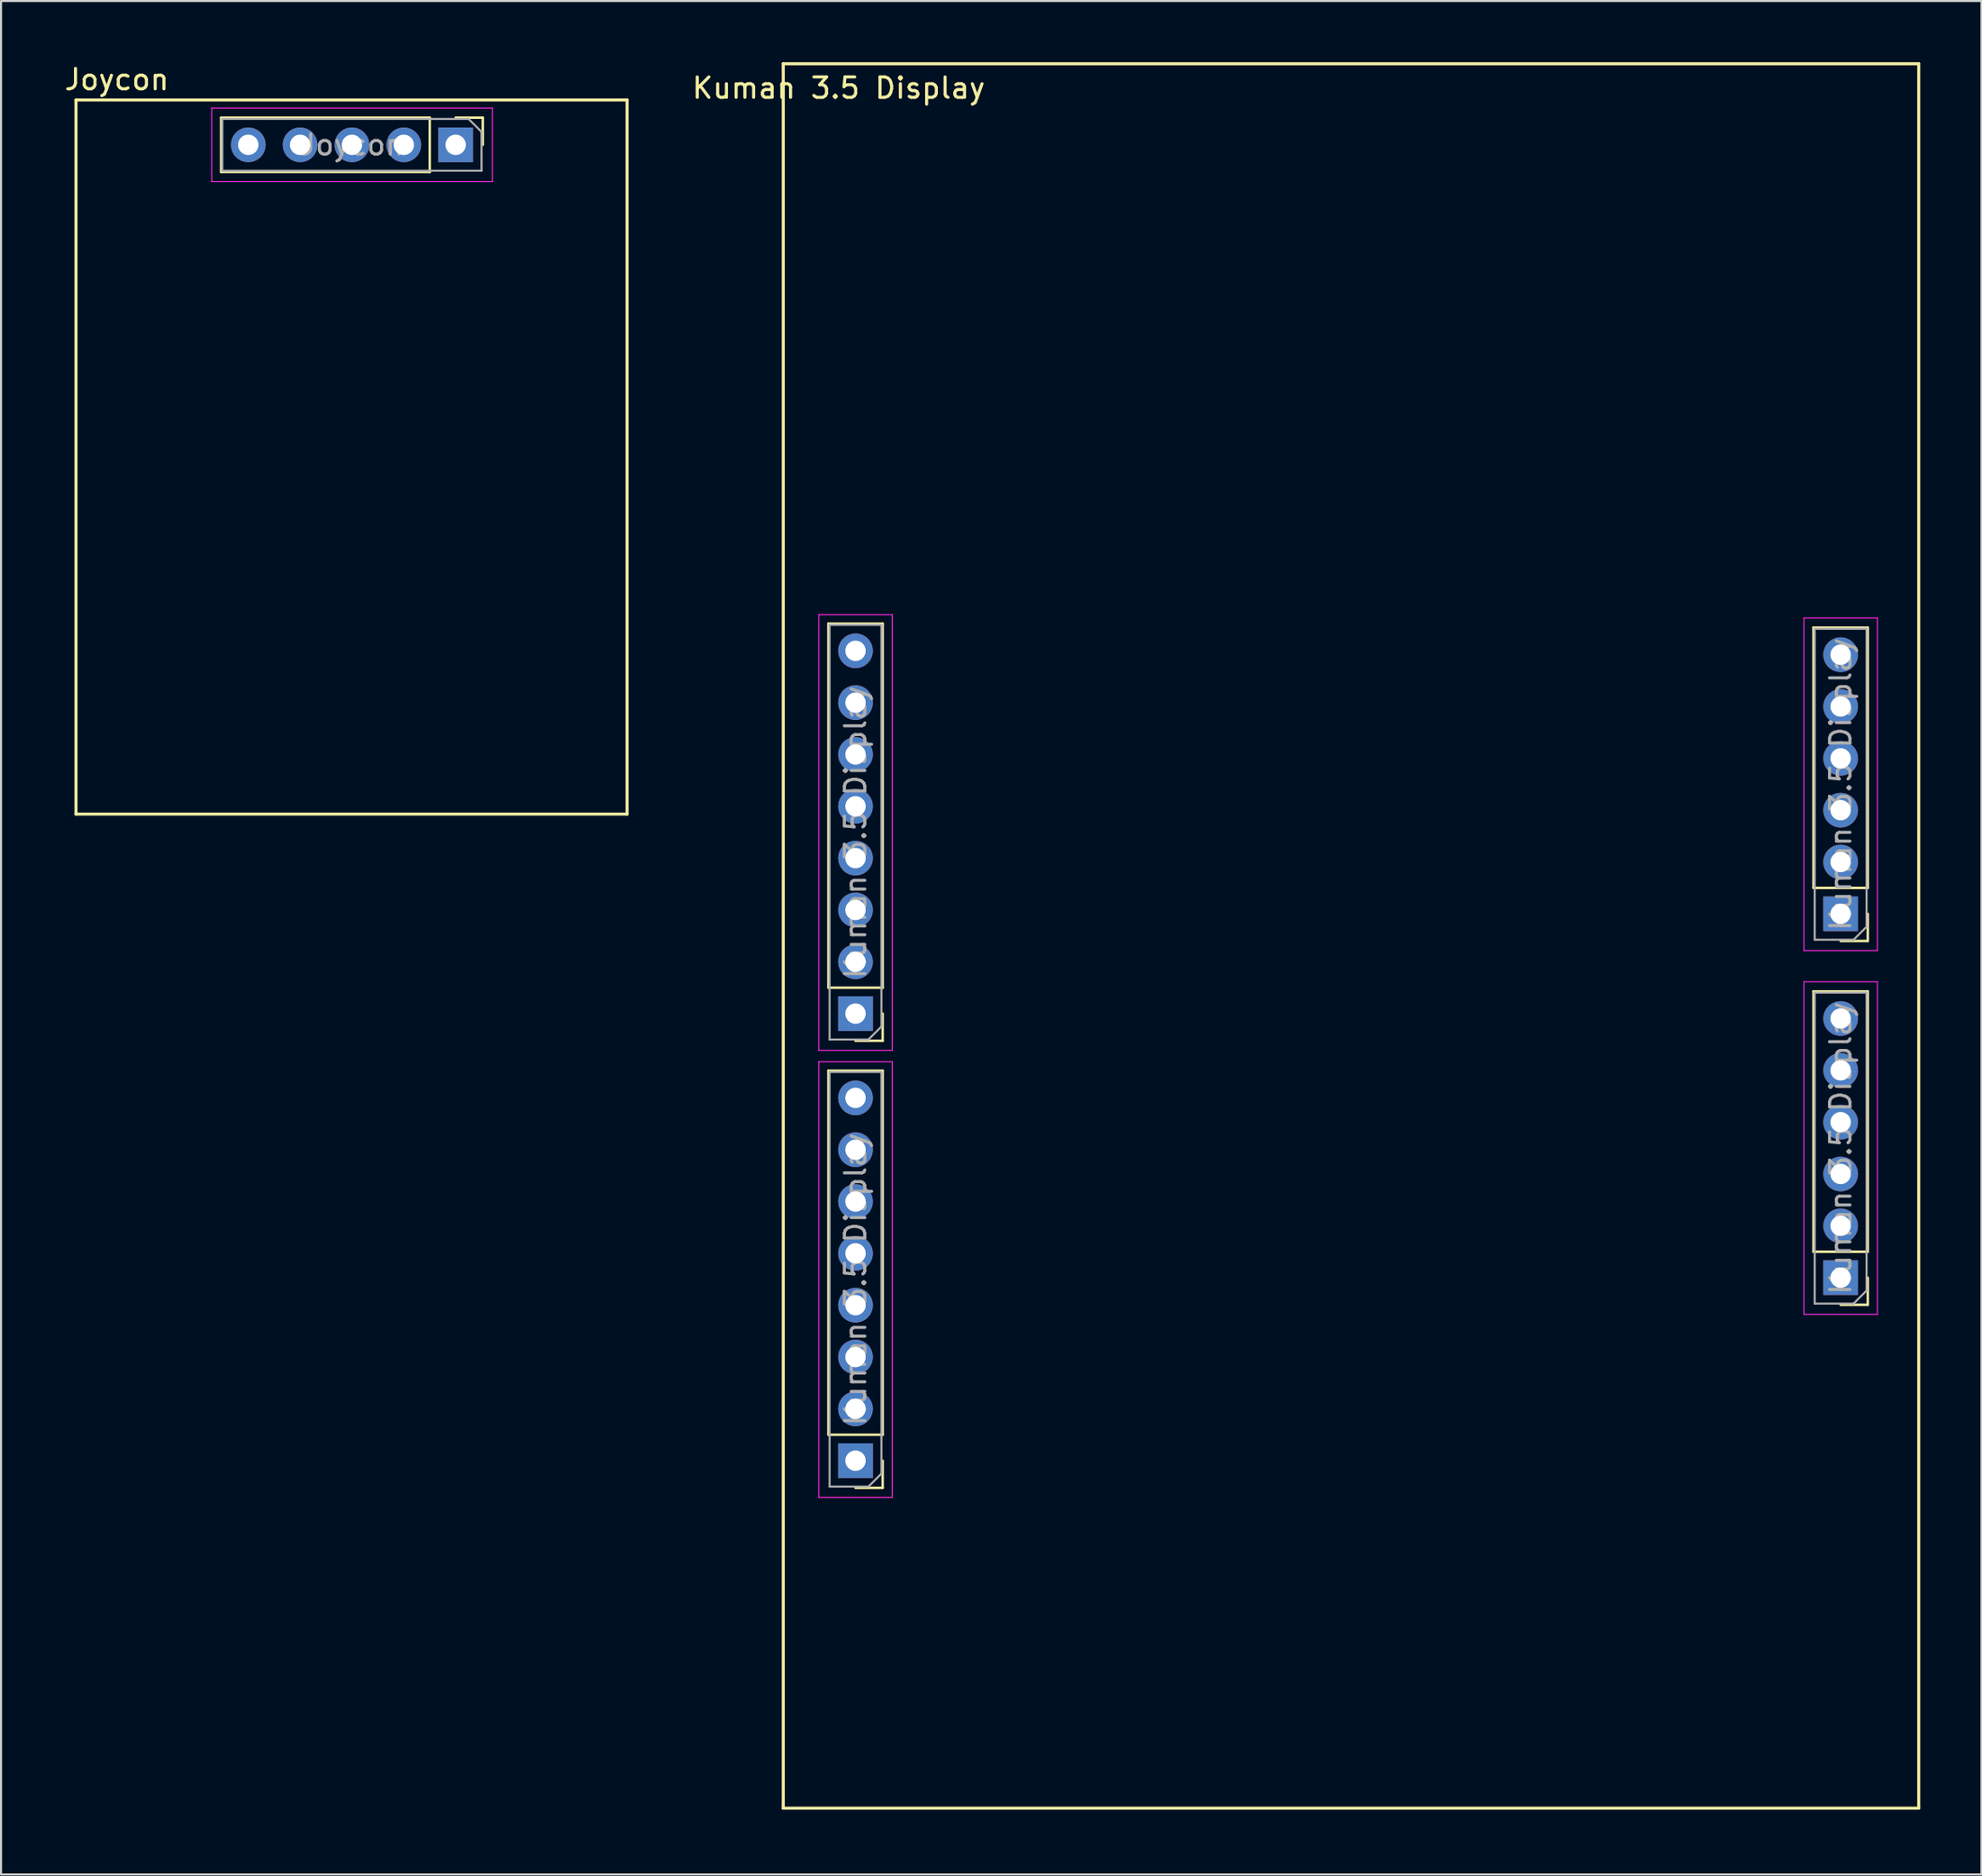
<source format=kicad_pcb>
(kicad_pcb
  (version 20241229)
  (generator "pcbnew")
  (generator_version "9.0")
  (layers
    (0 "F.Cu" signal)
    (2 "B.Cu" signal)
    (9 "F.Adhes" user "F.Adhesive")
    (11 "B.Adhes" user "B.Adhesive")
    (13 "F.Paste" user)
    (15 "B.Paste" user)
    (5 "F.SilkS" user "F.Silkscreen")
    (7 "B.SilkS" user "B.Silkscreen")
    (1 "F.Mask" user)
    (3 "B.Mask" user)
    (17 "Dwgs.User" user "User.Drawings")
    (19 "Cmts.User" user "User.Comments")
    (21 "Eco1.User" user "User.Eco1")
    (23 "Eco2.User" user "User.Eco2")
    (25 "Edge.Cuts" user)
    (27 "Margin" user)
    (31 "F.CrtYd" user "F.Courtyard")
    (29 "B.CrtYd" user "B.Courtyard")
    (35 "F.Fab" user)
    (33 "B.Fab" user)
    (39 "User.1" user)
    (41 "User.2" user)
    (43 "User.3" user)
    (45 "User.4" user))
  (footprint "Joycon"
    (layer "F.Cu")
    (at 14.173 4.048)
    (property "Reference" "Joycon" (at -11.5 -3.2 0) (layer "F.SilkS") (effects (font (size 1 1) (thickness 0.15))))
    (attr through_hole)
    (fp_line (start -13.5 -2.2) (end 13.5 -2.2) (stroke (width 0.15) (type solid)) (layer "F.SilkS"))
    (fp_line (start -13.5 32.8) (end -13.5 -2.2) (stroke (width 0.15) (type solid)) (layer "F.SilkS"))
    (fp_line (start -6.39 -1.33) (end -6.39 1.33) (stroke (width 0.12) (type solid)) (layer "F.SilkS"))
    (fp_line (start 3.83 -1.33) (end -6.39 -1.33) (stroke (width 0.12) (type solid)) (layer "F.SilkS"))
    (fp_line (start 3.83 -1.33) (end 3.83 1.33) (stroke (width 0.12) (type solid)) (layer "F.SilkS"))
    (fp_line (start 3.83 1.33) (end -6.39 1.33) (stroke (width 0.12) (type solid)) (layer "F.SilkS"))
    (fp_line (start 5.1 -1.33) (end 6.43 -1.33) (stroke (width 0.12) (type solid)) (layer "F.SilkS"))
    (fp_line (start 6.43 -1.33) (end 6.43 0) (stroke (width 0.12) (type solid)) (layer "F.SilkS"))
    (fp_line (start 13.5 -2.2) (end 13.5 32.8) (stroke (width 0.15) (type solid)) (layer "F.SilkS"))
    (fp_line (start 13.5 32.8) (end -13.5 32.8) (stroke (width 0.15) (type solid)) (layer "F.SilkS"))
    (fp_line (start -6.85 -1.8) (end -6.85 1.8) (stroke (width 0.05) (type solid)) (layer "F.CrtYd"))
    (fp_line (start -6.85 1.8) (end 6.9 1.8) (stroke (width 0.05) (type solid)) (layer "F.CrtYd"))
    (fp_line (start 6.9 -1.8) (end -6.85 -1.8) (stroke (width 0.05) (type solid)) (layer "F.CrtYd"))
    (fp_line (start 6.9 1.8) (end 6.9 -1.8) (stroke (width 0.05) (type solid)) (layer "F.CrtYd"))
    (fp_line (start -6.33 -1.27) (end 5.735 -1.27) (stroke (width 0.1) (type solid)) (layer "F.Fab"))
    (fp_line (start -6.33 1.27) (end -6.33 -1.27) (stroke (width 0.1) (type solid)) (layer "F.Fab"))
    (fp_line (start 5.735 -1.27) (end 6.37 -0.635) (stroke (width 0.1) (type solid)) (layer "F.Fab"))
    (fp_line (start 6.37 -0.635) (end 6.37 1.27) (stroke (width 0.1) (type solid)) (layer "F.Fab"))
    (fp_line (start 6.37 1.27) (end -6.33 1.27) (stroke (width 0.1) (type solid)) (layer "F.Fab"))
    (fp_text user "${REFERENCE}" (at 0.02 0 0) (layer "F.Fab") (effects (font (size 1 1) (thickness 0.15))))
    (pad "1" thru_hole rect (at 5.1 0 270) (size 1.7 1.7) (drill 1) (layers "*.Cu" "*.Mask"))
    (pad "2" thru_hole oval (at 2.56 0 270) (size 1.7 1.7) (drill 1) (layers "*.Cu" "*.Mask"))
    (pad "3" thru_hole oval (at 0.02 0 270) (size 1.7 1.7) (drill 1) (layers "*.Cu" "*.Mask"))
    (pad "4" thru_hole oval (at -2.52 0 270) (size 1.7 1.7) (drill 1) (layers "*.Cu" "*.Mask"))
    (pad "5" thru_hole oval (at -5.06 0 270) (size 1.7 1.7) (drill 1) (layers "*.Cu" "*.Mask")))
  (footprint "Kuman 3.5 Display"
    (layer "F.Cu")
    (at 63.139 85.565)
    (property "Reference" "Kuman 3.5 Display" (at -25.1 -84.3 0) (layer "F.SilkS") (effects (font (size 1 1) (thickness 0.15))))
    (attr through_hole)
    (fp_line (start -27.815 -85.49) (end -27.815 0) (stroke (width 0.15) (type solid)) (layer "F.SilkS"))
    (fp_line (start -25.605 -40.21) (end -25.605 -58.05) (stroke (width 0.12) (type solid)) (layer "F.SilkS"))
    (fp_line (start -25.605 -18.3) (end -25.605 -36.14) (stroke (width 0.12) (type solid)) (layer "F.SilkS"))
    (fp_line (start -22.945 -58.05) (end -25.605 -58.05) (stroke (width 0.12) (type solid)) (layer "F.SilkS"))
    (fp_line (start -22.945 -40.21) (end -25.605 -40.21) (stroke (width 0.12) (type solid)) (layer "F.SilkS"))
    (fp_line (start -22.945 -40.21) (end -22.945 -58.05) (stroke (width 0.12) (type solid)) (layer "F.SilkS"))
    (fp_line (start -22.945 -38.94) (end -22.945 -37.61) (stroke (width 0.12) (type solid)) (layer "F.SilkS"))
    (fp_line (start -22.945 -37.61) (end -24.275 -37.61) (stroke (width 0.12) (type solid)) (layer "F.SilkS"))
    (fp_line (start -22.945 -36.14) (end -25.605 -36.14) (stroke (width 0.12) (type solid)) (layer "F.SilkS"))
    (fp_line (start -22.945 -18.3) (end -25.605 -18.3) (stroke (width 0.12) (type solid)) (layer "F.SilkS"))
    (fp_line (start -22.945 -18.3) (end -22.945 -36.14) (stroke (width 0.12) (type solid)) (layer "F.SilkS"))
    (fp_line (start -22.945 -17.03) (end -22.945 -15.7) (stroke (width 0.12) (type solid)) (layer "F.SilkS"))
    (fp_line (start -22.945 -15.7) (end -24.275 -15.7) (stroke (width 0.12) (type solid)) (layer "F.SilkS"))
    (fp_line (start 22.66 -45.1) (end 22.66 -57.86) (stroke (width 0.12) (type solid)) (layer "F.SilkS"))
    (fp_line (start 22.66 -27.27) (end 22.66 -40.03) (stroke (width 0.12) (type solid)) (layer "F.SilkS"))
    (fp_line (start 25.32 -57.86) (end 22.66 -57.86) (stroke (width 0.12) (type solid)) (layer "F.SilkS"))
    (fp_line (start 25.32 -45.1) (end 22.66 -45.1) (stroke (width 0.12) (type solid)) (layer "F.SilkS"))
    (fp_line (start 25.32 -45.1) (end 25.32 -57.86) (stroke (width 0.12) (type solid)) (layer "F.SilkS"))
    (fp_line (start 25.32 -43.83) (end 25.32 -42.5) (stroke (width 0.12) (type solid)) (layer "F.SilkS"))
    (fp_line (start 25.32 -42.5) (end 23.99 -42.5) (stroke (width 0.12) (type solid)) (layer "F.SilkS"))
    (fp_line (start 25.32 -40.03) (end 22.66 -40.03) (stroke (width 0.12) (type solid)) (layer "F.SilkS"))
    (fp_line (start 25.32 -27.27) (end 22.66 -27.27) (stroke (width 0.12) (type solid)) (layer "F.SilkS"))
    (fp_line (start 25.32 -27.27) (end 25.32 -40.03) (stroke (width 0.12) (type solid)) (layer "F.SilkS"))
    (fp_line (start 25.32 -26) (end 25.32 -24.67) (stroke (width 0.12) (type solid)) (layer "F.SilkS"))
    (fp_line (start 25.32 -24.67) (end 23.99 -24.67) (stroke (width 0.12) (type solid)) (layer "F.SilkS"))
    (fp_line (start 27.815 -85.49) (end -27.815 -85.49) (stroke (width 0.15) (type solid)) (layer "F.SilkS"))
    (fp_line (start 27.815 0) (end -27.815 0) (stroke (width 0.15) (type solid)) (layer "F.SilkS"))
    (fp_line (start 27.815 0) (end 27.815 -85.49) (stroke (width 0.15) (type solid)) (layer "F.SilkS"))
    (fp_line (start -26.075 -58.49) (end -26.075 -37.14) (stroke (width 0.05) (type solid)) (layer "F.CrtYd"))
    (fp_line (start -26.075 -37.14) (end -22.475 -37.14) (stroke (width 0.05) (type solid)) (layer "F.CrtYd"))
    (fp_line (start -26.075 -36.58) (end -26.075 -15.23) (stroke (width 0.05) (type solid)) (layer "F.CrtYd"))
    (fp_line (start -26.075 -15.23) (end -22.475 -15.23) (stroke (width 0.05) (type solid)) (layer "F.CrtYd"))
    (fp_line (start -22.475 -58.49) (end -26.075 -58.49) (stroke (width 0.05) (type solid)) (layer "F.CrtYd"))
    (fp_line (start -22.475 -37.14) (end -22.475 -58.49) (stroke (width 0.05) (type solid)) (layer "F.CrtYd"))
    (fp_line (start -22.475 -36.58) (end -26.075 -36.58) (stroke (width 0.05) (type solid)) (layer "F.CrtYd"))
    (fp_line (start -22.475 -15.23) (end -22.475 -36.58) (stroke (width 0.05) (type solid)) (layer "F.CrtYd"))
    (fp_line (start 22.19 -58.33) (end 22.19 -42.03) (stroke (width 0.05) (type solid)) (layer "F.CrtYd"))
    (fp_line (start 22.19 -42.03) (end 25.79 -42.03) (stroke (width 0.05) (type solid)) (layer "F.CrtYd"))
    (fp_line (start 22.19 -40.5) (end 22.19 -24.2) (stroke (width 0.05) (type solid)) (layer "F.CrtYd"))
    (fp_line (start 22.19 -24.2) (end 25.79 -24.2) (stroke (width 0.05) (type solid)) (layer "F.CrtYd"))
    (fp_line (start 25.79 -58.33) (end 22.19 -58.33) (stroke (width 0.05) (type solid)) (layer "F.CrtYd"))
    (fp_line (start 25.79 -42.03) (end 25.79 -58.33) (stroke (width 0.05) (type solid)) (layer "F.CrtYd"))
    (fp_line (start 25.79 -40.5) (end 22.19 -40.5) (stroke (width 0.05) (type solid)) (layer "F.CrtYd"))
    (fp_line (start 25.79 -24.2) (end 25.79 -40.5) (stroke (width 0.05) (type solid)) (layer "F.CrtYd"))
    (fp_line (start -25.545 -57.99) (end -23.005 -57.99) (stroke (width 0.1) (type solid)) (layer "F.Fab"))
    (fp_line (start -25.545 -37.67) (end -25.545 -57.99) (stroke (width 0.1) (type solid)) (layer "F.Fab"))
    (fp_line (start -25.545 -36.08) (end -23.005 -36.08) (stroke (width 0.1) (type solid)) (layer "F.Fab"))
    (fp_line (start -25.545 -15.76) (end -25.545 -36.08) (stroke (width 0.1) (type solid)) (layer "F.Fab"))
    (fp_line (start -23.64 -37.67) (end -25.545 -37.67) (stroke (width 0.1) (type solid)) (layer "F.Fab"))
    (fp_line (start -23.64 -15.76) (end -25.545 -15.76) (stroke (width 0.1) (type solid)) (layer "F.Fab"))
    (fp_line (start -23.005 -57.99) (end -23.005 -38.305) (stroke (width 0.1) (type solid)) (layer "F.Fab"))
    (fp_line (start -23.005 -38.305) (end -23.64 -37.67) (stroke (width 0.1) (type solid)) (layer "F.Fab"))
    (fp_line (start -23.005 -36.08) (end -23.005 -16.395) (stroke (width 0.1) (type solid)) (layer "F.Fab"))
    (fp_line (start -23.005 -16.395) (end -23.64 -15.76) (stroke (width 0.1) (type solid)) (layer "F.Fab"))
    (fp_line (start 22.72 -57.8) (end 25.26 -57.8) (stroke (width 0.1) (type solid)) (layer "F.Fab"))
    (fp_line (start 22.72 -42.56) (end 22.72 -57.8) (stroke (width 0.1) (type solid)) (layer "F.Fab"))
    (fp_line (start 22.72 -39.97) (end 25.26 -39.97) (stroke (width 0.1) (type solid)) (layer "F.Fab"))
    (fp_line (start 22.72 -24.73) (end 22.72 -39.97) (stroke (width 0.1) (type solid)) (layer "F.Fab"))
    (fp_line (start 24.625 -42.56) (end 22.72 -42.56) (stroke (width 0.1) (type solid)) (layer "F.Fab"))
    (fp_line (start 24.625 -24.73) (end 22.72 -24.73) (stroke (width 0.1) (type solid)) (layer "F.Fab"))
    (fp_line (start 25.26 -57.8) (end 25.26 -43.195) (stroke (width 0.1) (type solid)) (layer "F.Fab"))
    (fp_line (start 25.26 -43.195) (end 24.625 -42.56) (stroke (width 0.1) (type solid)) (layer "F.Fab"))
    (fp_line (start 25.26 -39.97) (end 25.26 -25.365) (stroke (width 0.1) (type solid)) (layer "F.Fab"))
    (fp_line (start 25.26 -25.365) (end 24.625 -24.73) (stroke (width 0.1) (type solid)) (layer "F.Fab"))
    (fp_text user "${REFERENCE}" (at -24.275 -47.83 270) (layer "F.Fab") (effects (font (size 1 1) (thickness 0.15))))
    (fp_text user "${REFERENCE}" (at 23.99 -32.35 270) (layer "F.Fab") (effects (font (size 1 1) (thickness 0.15))))
    (fp_text user "${REFERENCE}" (at -24.275 -25.92 270) (layer "F.Fab") (effects (font (size 1 1) (thickness 0.15))))
    (fp_text user "${REFERENCE}" (at 23.99 -50.18 270) (layer "F.Fab") (effects (font (size 1 1) (thickness 0.15))))
    (pad "1" thru_hole rect (at -24.275 -17.03 180) (size 1.7 1.7) (drill 1) (layers "*.Cu" "*.Mask"))
    (pad "2" thru_hole oval (at -24.275 -19.57 180) (size 1.7 1.7) (drill 1) (layers "*.Cu" "*.Mask"))
    (pad "3" thru_hole oval (at -24.275 -22.11 180) (size 1.7 1.7) (drill 1) (layers "*.Cu" "*.Mask"))
    (pad "4" thru_hole oval (at -24.275 -24.65 180) (size 1.7 1.7) (drill 1) (layers "*.Cu" "*.Mask"))
    (pad "5" thru_hole oval (at -24.275 -27.19 180) (size 1.7 1.7) (drill 1) (layers "*.Cu" "*.Mask"))
    (pad "6" thru_hole oval (at -24.275 -29.73 180) (size 1.7 1.7) (drill 1) (layers "*.Cu" "*.Mask"))
    (pad "7" thru_hole oval (at -24.275 -32.27 180) (size 1.7 1.7) (drill 1) (layers "*.Cu" "*.Mask"))
    (pad "8" thru_hole oval (at -24.275 -34.81 180) (size 1.7 1.7) (drill 1) (layers "*.Cu" "*.Mask"))
    (pad "9" thru_hole rect (at -24.275 -38.94 180) (size 1.7 1.7) (drill 1) (layers "*.Cu" "*.Mask"))
    (pad "10" thru_hole oval (at -24.275 -41.48 180) (size 1.7 1.7) (drill 1) (layers "*.Cu" "*.Mask"))
    (pad "11" thru_hole oval (at -24.275 -44.02 180) (size 1.7 1.7) (drill 1) (layers "*.Cu" "*.Mask"))
    (pad "12" thru_hole oval (at -24.275 -46.56 180) (size 1.7 1.7) (drill 1) (layers "*.Cu" "*.Mask"))
    (pad "13" thru_hole oval (at -24.275 -49.1 180) (size 1.7 1.7) (drill 1) (layers "*.Cu" "*.Mask"))
    (pad "14" thru_hole oval (at -24.275 -51.64 180) (size 1.7 1.7) (drill 1) (layers "*.Cu" "*.Mask"))
    (pad "15" thru_hole oval (at -24.275 -54.18 180) (size 1.7 1.7) (drill 1) (layers "*.Cu" "*.Mask"))
    (pad "16" thru_hole oval (at -24.275 -56.72 180) (size 1.7 1.7) (drill 1) (layers "*.Cu" "*.Mask"))
    (pad "17" thru_hole rect (at 23.99 -43.83 180) (size 1.7 1.7) (drill 1) (layers "*.Cu" "*.Mask"))
    (pad "18" thru_hole oval (at 23.99 -46.37 180) (size 1.7 1.7) (drill 1) (layers "*.Cu" "*.Mask"))
    (pad "19" thru_hole oval (at 23.99 -48.91 180) (size 1.7 1.7) (drill 1) (layers "*.Cu" "*.Mask"))
    (pad "20" thru_hole oval (at 23.99 -51.45 180) (size 1.7 1.7) (drill 1) (layers "*.Cu" "*.Mask"))
    (pad "21" thru_hole oval (at 23.99 -53.99 180) (size 1.7 1.7) (drill 1) (layers "*.Cu" "*.Mask"))
    (pad "22" thru_hole oval (at 23.99 -56.53 180) (size 1.7 1.7) (drill 1) (layers "*.Cu" "*.Mask"))
    (pad "23" thru_hole rect (at 23.99 -26 180) (size 1.7 1.7) (drill 1) (layers "*.Cu" "*.Mask"))
    (pad "24" thru_hole oval (at 23.99 -28.54 180) (size 1.7 1.7) (drill 1) (layers "*.Cu" "*.Mask"))
    (pad "25" thru_hole oval (at 23.99 -31.08 180) (size 1.7 1.7) (drill 1) (layers "*.Cu" "*.Mask"))
    (pad "26" thru_hole oval (at 23.99 -33.62 180) (size 1.7 1.7) (drill 1) (layers "*.Cu" "*.Mask"))
    (pad "27" thru_hole oval (at 23.99 -36.16 180) (size 1.7 1.7) (drill 1) (layers "*.Cu" "*.Mask"))
    (pad "28" thru_hole oval (at 23.99 -38.7 180) (size 1.7 1.7) (drill 1) (layers "*.Cu" "*.Mask")))
  (gr_rect
    (start -3 -3)
    (end 94.029 88.815)
    (stroke (width 0.1) (type default))
    (fill no)
    (layer "Edge.Cuts")))
</source>
